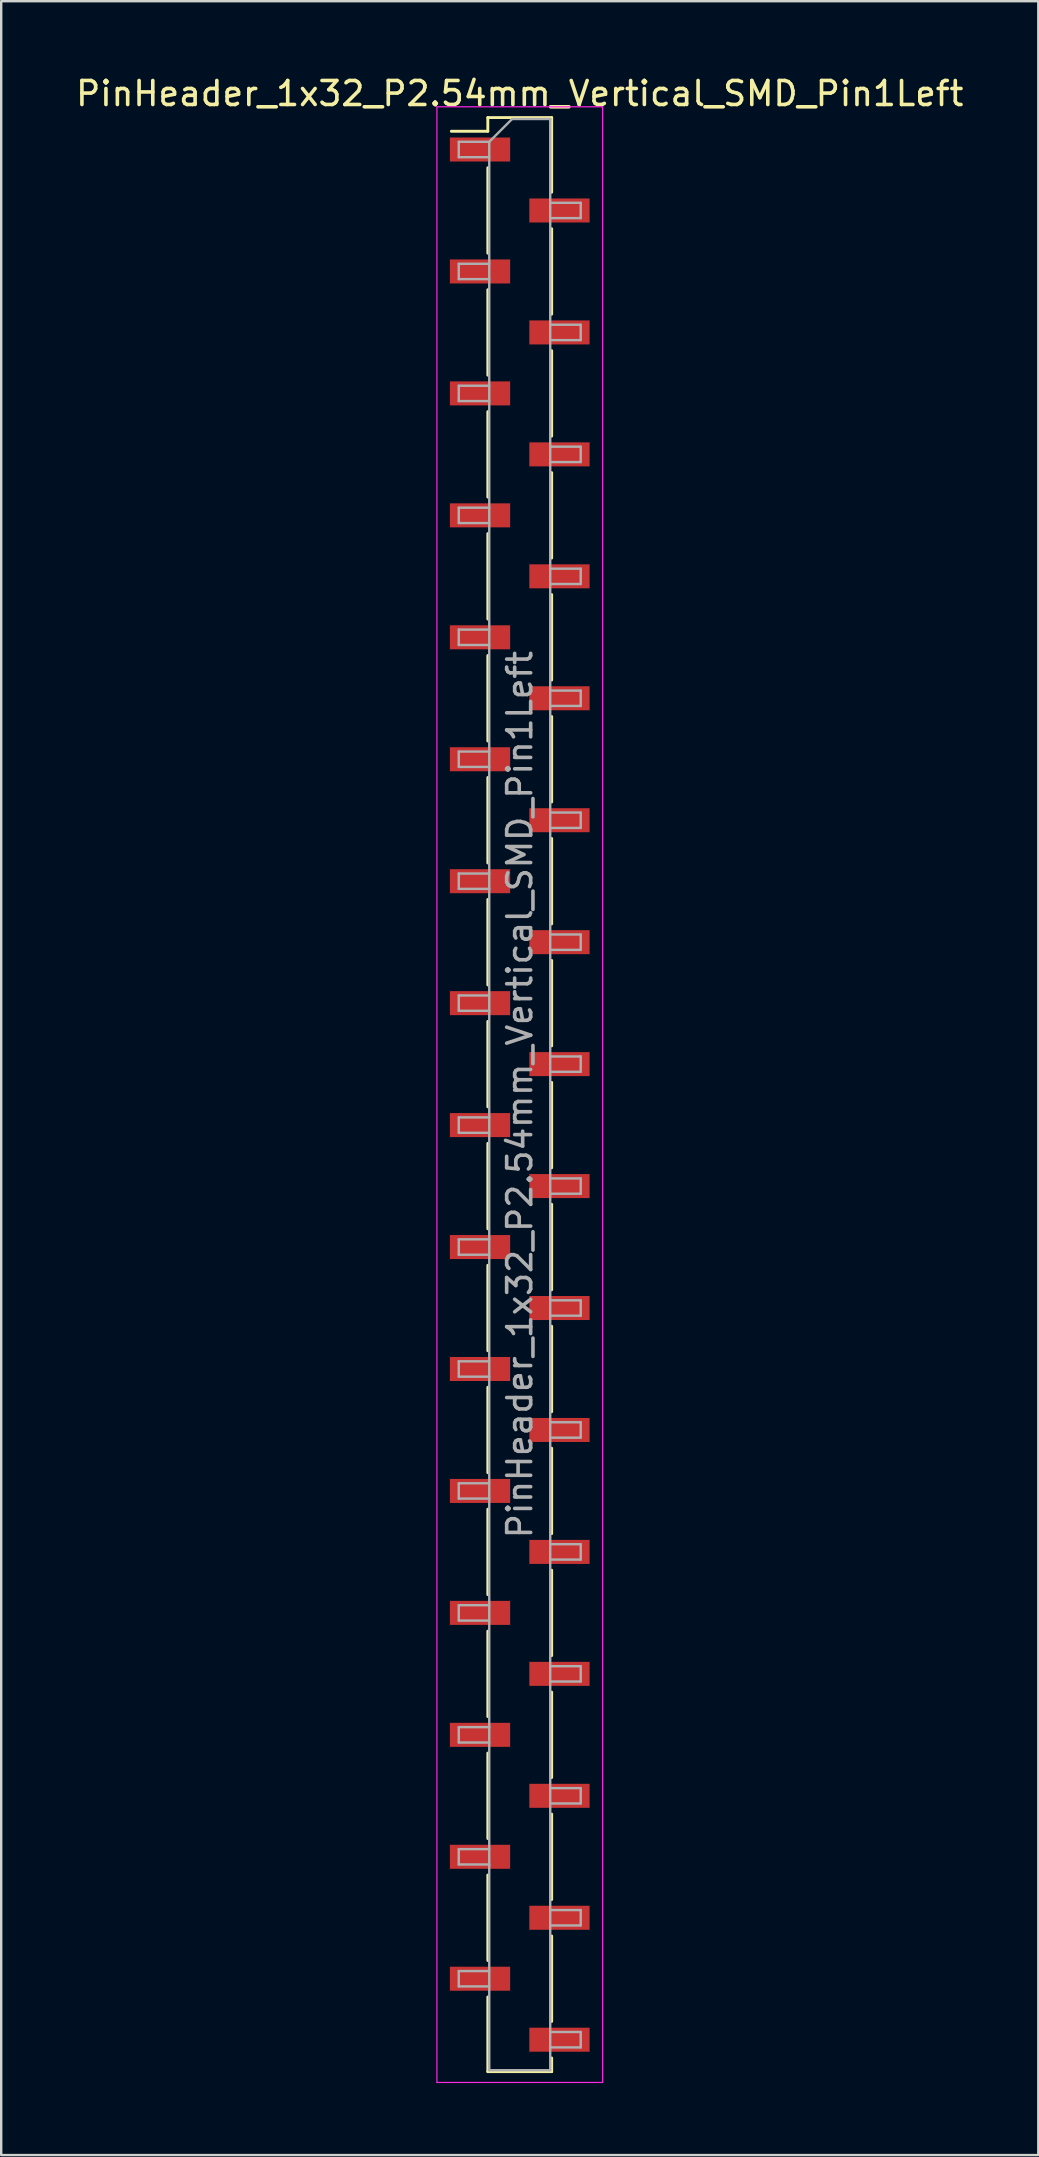
<source format=kicad_pcb>
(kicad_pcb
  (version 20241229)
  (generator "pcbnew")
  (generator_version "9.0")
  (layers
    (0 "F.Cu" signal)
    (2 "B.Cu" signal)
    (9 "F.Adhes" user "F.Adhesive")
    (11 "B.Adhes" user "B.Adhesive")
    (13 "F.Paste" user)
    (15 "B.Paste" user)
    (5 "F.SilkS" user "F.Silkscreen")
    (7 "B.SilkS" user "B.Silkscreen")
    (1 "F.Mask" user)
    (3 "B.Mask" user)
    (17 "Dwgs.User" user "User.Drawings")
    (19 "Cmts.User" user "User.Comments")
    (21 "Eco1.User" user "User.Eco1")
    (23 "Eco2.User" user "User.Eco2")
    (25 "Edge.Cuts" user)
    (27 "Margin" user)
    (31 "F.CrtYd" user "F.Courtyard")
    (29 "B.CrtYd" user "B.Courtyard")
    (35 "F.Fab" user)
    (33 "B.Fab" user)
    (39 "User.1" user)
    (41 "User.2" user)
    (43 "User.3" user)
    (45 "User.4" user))
  (footprint "PinHeader_1x32_P2.54mm_Vertical_SMD_Pin1Left"
    (layer "F.Cu")
    (at 18.601 42.548)
    (property "Reference" "PinHeader_1x32_P2.54mm_Vertical_SMD_Pin1Left" (at 0 -41.7 0) (layer "F.SilkS") (effects (font (size 1 1) (thickness 0.15))))
    (attr smd)
    (fp_line (start -1.33 -40.7) (end -1.33 -40.13) (stroke (width 0.12) (type solid)) (layer "F.SilkS"))
    (fp_line (start -1.33 -40.7) (end 1.33 -40.7) (stroke (width 0.12) (type solid)) (layer "F.SilkS"))
    (fp_line (start -1.33 -40.13) (end -2.85 -40.13) (stroke (width 0.12) (type solid)) (layer "F.SilkS"))
    (fp_line (start -1.33 -38.61) (end -1.33 -35.05) (stroke (width 0.12) (type solid)) (layer "F.SilkS"))
    (fp_line (start -1.33 -33.53) (end -1.33 -29.97) (stroke (width 0.12) (type solid)) (layer "F.SilkS"))
    (fp_line (start -1.33 -28.45) (end -1.33 -24.89) (stroke (width 0.12) (type solid)) (layer "F.SilkS"))
    (fp_line (start -1.33 -23.37) (end -1.33 -19.81) (stroke (width 0.12) (type solid)) (layer "F.SilkS"))
    (fp_line (start -1.33 -18.29) (end -1.33 -14.73) (stroke (width 0.12) (type solid)) (layer "F.SilkS"))
    (fp_line (start -1.33 -13.21) (end -1.33 -9.65) (stroke (width 0.12) (type solid)) (layer "F.SilkS"))
    (fp_line (start -1.33 -8.13) (end -1.33 -4.57) (stroke (width 0.12) (type solid)) (layer "F.SilkS"))
    (fp_line (start -1.33 -3.05) (end -1.33 0.51) (stroke (width 0.12) (type solid)) (layer "F.SilkS"))
    (fp_line (start -1.33 2.03) (end -1.33 5.59) (stroke (width 0.12) (type solid)) (layer "F.SilkS"))
    (fp_line (start -1.33 7.11) (end -1.33 10.67) (stroke (width 0.12) (type solid)) (layer "F.SilkS"))
    (fp_line (start -1.33 12.19) (end -1.33 15.75) (stroke (width 0.12) (type solid)) (layer "F.SilkS"))
    (fp_line (start -1.33 17.27) (end -1.33 20.83) (stroke (width 0.12) (type solid)) (layer "F.SilkS"))
    (fp_line (start -1.33 22.35) (end -1.33 25.91) (stroke (width 0.12) (type solid)) (layer "F.SilkS"))
    (fp_line (start -1.33 27.43) (end -1.33 30.99) (stroke (width 0.12) (type solid)) (layer "F.SilkS"))
    (fp_line (start -1.33 32.51) (end -1.33 36.07) (stroke (width 0.12) (type solid)) (layer "F.SilkS"))
    (fp_line (start -1.33 37.59) (end -1.33 40.7) (stroke (width 0.12) (type solid)) (layer "F.SilkS"))
    (fp_line (start -1.33 40.7) (end 1.33 40.7) (stroke (width 0.12) (type solid)) (layer "F.SilkS"))
    (fp_line (start 1.33 -40.7) (end 1.33 -37.59) (stroke (width 0.12) (type solid)) (layer "F.SilkS"))
    (fp_line (start 1.33 -36.07) (end 1.33 -32.51) (stroke (width 0.12) (type solid)) (layer "F.SilkS"))
    (fp_line (start 1.33 -30.99) (end 1.33 -27.43) (stroke (width 0.12) (type solid)) (layer "F.SilkS"))
    (fp_line (start 1.33 -25.91) (end 1.33 -22.35) (stroke (width 0.12) (type solid)) (layer "F.SilkS"))
    (fp_line (start 1.33 -20.83) (end 1.33 -17.27) (stroke (width 0.12) (type solid)) (layer "F.SilkS"))
    (fp_line (start 1.33 -15.75) (end 1.33 -12.19) (stroke (width 0.12) (type solid)) (layer "F.SilkS"))
    (fp_line (start 1.33 -10.67) (end 1.33 -7.11) (stroke (width 0.12) (type solid)) (layer "F.SilkS"))
    (fp_line (start 1.33 -5.59) (end 1.33 -2.03) (stroke (width 0.12) (type solid)) (layer "F.SilkS"))
    (fp_line (start 1.33 -0.51) (end 1.33 3.05) (stroke (width 0.12) (type solid)) (layer "F.SilkS"))
    (fp_line (start 1.33 4.57) (end 1.33 8.13) (stroke (width 0.12) (type solid)) (layer "F.SilkS"))
    (fp_line (start 1.33 9.65) (end 1.33 13.21) (stroke (width 0.12) (type solid)) (layer "F.SilkS"))
    (fp_line (start 1.33 14.73) (end 1.33 18.29) (stroke (width 0.12) (type solid)) (layer "F.SilkS"))
    (fp_line (start 1.33 19.81) (end 1.33 23.37) (stroke (width 0.12) (type solid)) (layer "F.SilkS"))
    (fp_line (start 1.33 24.89) (end 1.33 28.45) (stroke (width 0.12) (type solid)) (layer "F.SilkS"))
    (fp_line (start 1.33 29.97) (end 1.33 33.53) (stroke (width 0.12) (type solid)) (layer "F.SilkS"))
    (fp_line (start 1.33 35.05) (end 1.33 38.61) (stroke (width 0.12) (type solid)) (layer "F.SilkS"))
    (fp_line (start 1.33 40.13) (end 1.33 40.7) (stroke (width 0.12) (type solid)) (layer "F.SilkS"))
    (fp_line (start -3.45 -41.15) (end -3.45 41.15) (stroke (width 0.05) (type solid)) (layer "F.CrtYd"))
    (fp_line (start -3.45 41.15) (end 3.45 41.15) (stroke (width 0.05) (type solid)) (layer "F.CrtYd"))
    (fp_line (start 3.45 -41.15) (end -3.45 -41.15) (stroke (width 0.05) (type solid)) (layer "F.CrtYd"))
    (fp_line (start 3.45 41.15) (end 3.45 -41.15) (stroke (width 0.05) (type solid)) (layer "F.CrtYd"))
    (fp_line (start -2.54 -39.69) (end -2.54 -39.05) (stroke (width 0.1) (type solid)) (layer "F.Fab"))
    (fp_line (start -2.54 -39.05) (end -1.27 -39.05) (stroke (width 0.1) (type solid)) (layer "F.Fab"))
    (fp_line (start -2.54 -34.61) (end -2.54 -33.97) (stroke (width 0.1) (type solid)) (layer "F.Fab"))
    (fp_line (start -2.54 -33.97) (end -1.27 -33.97) (stroke (width 0.1) (type solid)) (layer "F.Fab"))
    (fp_line (start -2.54 -29.53) (end -2.54 -28.89) (stroke (width 0.1) (type solid)) (layer "F.Fab"))
    (fp_line (start -2.54 -28.89) (end -1.27 -28.89) (stroke (width 0.1) (type solid)) (layer "F.Fab"))
    (fp_line (start -2.54 -24.45) (end -2.54 -23.81) (stroke (width 0.1) (type solid)) (layer "F.Fab"))
    (fp_line (start -2.54 -23.81) (end -1.27 -23.81) (stroke (width 0.1) (type solid)) (layer "F.Fab"))
    (fp_line (start -2.54 -19.37) (end -2.54 -18.73) (stroke (width 0.1) (type solid)) (layer "F.Fab"))
    (fp_line (start -2.54 -18.73) (end -1.27 -18.73) (stroke (width 0.1) (type solid)) (layer "F.Fab"))
    (fp_line (start -2.54 -14.29) (end -2.54 -13.65) (stroke (width 0.1) (type solid)) (layer "F.Fab"))
    (fp_line (start -2.54 -13.65) (end -1.27 -13.65) (stroke (width 0.1) (type solid)) (layer "F.Fab"))
    (fp_line (start -2.54 -9.21) (end -2.54 -8.57) (stroke (width 0.1) (type solid)) (layer "F.Fab"))
    (fp_line (start -2.54 -8.57) (end -1.27 -8.57) (stroke (width 0.1) (type solid)) (layer "F.Fab"))
    (fp_line (start -2.54 -4.13) (end -2.54 -3.49) (stroke (width 0.1) (type solid)) (layer "F.Fab"))
    (fp_line (start -2.54 -3.49) (end -1.27 -3.49) (stroke (width 0.1) (type solid)) (layer "F.Fab"))
    (fp_line (start -2.54 0.95) (end -2.54 1.59) (stroke (width 0.1) (type solid)) (layer "F.Fab"))
    (fp_line (start -2.54 1.59) (end -1.27 1.59) (stroke (width 0.1) (type solid)) (layer "F.Fab"))
    (fp_line (start -2.54 6.03) (end -2.54 6.67) (stroke (width 0.1) (type solid)) (layer "F.Fab"))
    (fp_line (start -2.54 6.67) (end -1.27 6.67) (stroke (width 0.1) (type solid)) (layer "F.Fab"))
    (fp_line (start -2.54 11.11) (end -2.54 11.75) (stroke (width 0.1) (type solid)) (layer "F.Fab"))
    (fp_line (start -2.54 11.75) (end -1.27 11.75) (stroke (width 0.1) (type solid)) (layer "F.Fab"))
    (fp_line (start -2.54 16.19) (end -2.54 16.83) (stroke (width 0.1) (type solid)) (layer "F.Fab"))
    (fp_line (start -2.54 16.83) (end -1.27 16.83) (stroke (width 0.1) (type solid)) (layer "F.Fab"))
    (fp_line (start -2.54 21.27) (end -2.54 21.91) (stroke (width 0.1) (type solid)) (layer "F.Fab"))
    (fp_line (start -2.54 21.91) (end -1.27 21.91) (stroke (width 0.1) (type solid)) (layer "F.Fab"))
    (fp_line (start -2.54 26.35) (end -2.54 26.99) (stroke (width 0.1) (type solid)) (layer "F.Fab"))
    (fp_line (start -2.54 26.99) (end -1.27 26.99) (stroke (width 0.1) (type solid)) (layer "F.Fab"))
    (fp_line (start -2.54 31.43) (end -2.54 32.07) (stroke (width 0.1) (type solid)) (layer "F.Fab"))
    (fp_line (start -2.54 32.07) (end -1.27 32.07) (stroke (width 0.1) (type solid)) (layer "F.Fab"))
    (fp_line (start -2.54 36.51) (end -2.54 37.15) (stroke (width 0.1) (type solid)) (layer "F.Fab"))
    (fp_line (start -2.54 37.15) (end -1.27 37.15) (stroke (width 0.1) (type solid)) (layer "F.Fab"))
    (fp_line (start -1.27 -39.69) (end -2.54 -39.69) (stroke (width 0.1) (type solid)) (layer "F.Fab"))
    (fp_line (start -1.27 -39.69) (end -0.32 -40.64) (stroke (width 0.1) (type solid)) (layer "F.Fab"))
    (fp_line (start -1.27 -34.61) (end -2.54 -34.61) (stroke (width 0.1) (type solid)) (layer "F.Fab"))
    (fp_line (start -1.27 -29.53) (end -2.54 -29.53) (stroke (width 0.1) (type solid)) (layer "F.Fab"))
    (fp_line (start -1.27 -24.45) (end -2.54 -24.45) (stroke (width 0.1) (type solid)) (layer "F.Fab"))
    (fp_line (start -1.27 -19.37) (end -2.54 -19.37) (stroke (width 0.1) (type solid)) (layer "F.Fab"))
    (fp_line (start -1.27 -14.29) (end -2.54 -14.29) (stroke (width 0.1) (type solid)) (layer "F.Fab"))
    (fp_line (start -1.27 -9.21) (end -2.54 -9.21) (stroke (width 0.1) (type solid)) (layer "F.Fab"))
    (fp_line (start -1.27 -4.13) (end -2.54 -4.13) (stroke (width 0.1) (type solid)) (layer "F.Fab"))
    (fp_line (start -1.27 0.95) (end -2.54 0.95) (stroke (width 0.1) (type solid)) (layer "F.Fab"))
    (fp_line (start -1.27 6.03) (end -2.54 6.03) (stroke (width 0.1) (type solid)) (layer "F.Fab"))
    (fp_line (start -1.27 11.11) (end -2.54 11.11) (stroke (width 0.1) (type solid)) (layer "F.Fab"))
    (fp_line (start -1.27 16.19) (end -2.54 16.19) (stroke (width 0.1) (type solid)) (layer "F.Fab"))
    (fp_line (start -1.27 21.27) (end -2.54 21.27) (stroke (width 0.1) (type solid)) (layer "F.Fab"))
    (fp_line (start -1.27 26.35) (end -2.54 26.35) (stroke (width 0.1) (type solid)) (layer "F.Fab"))
    (fp_line (start -1.27 31.43) (end -2.54 31.43) (stroke (width 0.1) (type solid)) (layer "F.Fab"))
    (fp_line (start -1.27 36.51) (end -2.54 36.51) (stroke (width 0.1) (type solid)) (layer "F.Fab"))
    (fp_line (start -1.27 40.64) (end -1.27 -39.69) (stroke (width 0.1) (type solid)) (layer "F.Fab"))
    (fp_line (start -0.32 -40.64) (end 1.27 -40.64) (stroke (width 0.1) (type solid)) (layer "F.Fab"))
    (fp_line (start 1.27 -40.64) (end 1.27 40.64) (stroke (width 0.1) (type solid)) (layer "F.Fab"))
    (fp_line (start 1.27 -37.15) (end 2.54 -37.15) (stroke (width 0.1) (type solid)) (layer "F.Fab"))
    (fp_line (start 1.27 -32.07) (end 2.54 -32.07) (stroke (width 0.1) (type solid)) (layer "F.Fab"))
    (fp_line (start 1.27 -26.99) (end 2.54 -26.99) (stroke (width 0.1) (type solid)) (layer "F.Fab"))
    (fp_line (start 1.27 -21.91) (end 2.54 -21.91) (stroke (width 0.1) (type solid)) (layer "F.Fab"))
    (fp_line (start 1.27 -16.83) (end 2.54 -16.83) (stroke (width 0.1) (type solid)) (layer "F.Fab"))
    (fp_line (start 1.27 -11.75) (end 2.54 -11.75) (stroke (width 0.1) (type solid)) (layer "F.Fab"))
    (fp_line (start 1.27 -6.67) (end 2.54 -6.67) (stroke (width 0.1) (type solid)) (layer "F.Fab"))
    (fp_line (start 1.27 -1.59) (end 2.54 -1.59) (stroke (width 0.1) (type solid)) (layer "F.Fab"))
    (fp_line (start 1.27 3.49) (end 2.54 3.49) (stroke (width 0.1) (type solid)) (layer "F.Fab"))
    (fp_line (start 1.27 8.57) (end 2.54 8.57) (stroke (width 0.1) (type solid)) (layer "F.Fab"))
    (fp_line (start 1.27 13.65) (end 2.54 13.65) (stroke (width 0.1) (type solid)) (layer "F.Fab"))
    (fp_line (start 1.27 18.73) (end 2.54 18.73) (stroke (width 0.1) (type solid)) (layer "F.Fab"))
    (fp_line (start 1.27 23.81) (end 2.54 23.81) (stroke (width 0.1) (type solid)) (layer "F.Fab"))
    (fp_line (start 1.27 28.89) (end 2.54 28.89) (stroke (width 0.1) (type solid)) (layer "F.Fab"))
    (fp_line (start 1.27 33.97) (end 2.54 33.97) (stroke (width 0.1) (type solid)) (layer "F.Fab"))
    (fp_line (start 1.27 39.05) (end 2.54 39.05) (stroke (width 0.1) (type solid)) (layer "F.Fab"))
    (fp_line (start 1.27 40.64) (end -1.27 40.64) (stroke (width 0.1) (type solid)) (layer "F.Fab"))
    (fp_line (start 2.54 -37.15) (end 2.54 -36.51) (stroke (width 0.1) (type solid)) (layer "F.Fab"))
    (fp_line (start 2.54 -36.51) (end 1.27 -36.51) (stroke (width 0.1) (type solid)) (layer "F.Fab"))
    (fp_line (start 2.54 -32.07) (end 2.54 -31.43) (stroke (width 0.1) (type solid)) (layer "F.Fab"))
    (fp_line (start 2.54 -31.43) (end 1.27 -31.43) (stroke (width 0.1) (type solid)) (layer "F.Fab"))
    (fp_line (start 2.54 -26.99) (end 2.54 -26.35) (stroke (width 0.1) (type solid)) (layer "F.Fab"))
    (fp_line (start 2.54 -26.35) (end 1.27 -26.35) (stroke (width 0.1) (type solid)) (layer "F.Fab"))
    (fp_line (start 2.54 -21.91) (end 2.54 -21.27) (stroke (width 0.1) (type solid)) (layer "F.Fab"))
    (fp_line (start 2.54 -21.27) (end 1.27 -21.27) (stroke (width 0.1) (type solid)) (layer "F.Fab"))
    (fp_line (start 2.54 -16.83) (end 2.54 -16.19) (stroke (width 0.1) (type solid)) (layer "F.Fab"))
    (fp_line (start 2.54 -16.19) (end 1.27 -16.19) (stroke (width 0.1) (type solid)) (layer "F.Fab"))
    (fp_line (start 2.54 -11.75) (end 2.54 -11.11) (stroke (width 0.1) (type solid)) (layer "F.Fab"))
    (fp_line (start 2.54 -11.11) (end 1.27 -11.11) (stroke (width 0.1) (type solid)) (layer "F.Fab"))
    (fp_line (start 2.54 -6.67) (end 2.54 -6.03) (stroke (width 0.1) (type solid)) (layer "F.Fab"))
    (fp_line (start 2.54 -6.03) (end 1.27 -6.03) (stroke (width 0.1) (type solid)) (layer "F.Fab"))
    (fp_line (start 2.54 -1.59) (end 2.54 -0.95) (stroke (width 0.1) (type solid)) (layer "F.Fab"))
    (fp_line (start 2.54 -0.95) (end 1.27 -0.95) (stroke (width 0.1) (type solid)) (layer "F.Fab"))
    (fp_line (start 2.54 3.49) (end 2.54 4.13) (stroke (width 0.1) (type solid)) (layer "F.Fab"))
    (fp_line (start 2.54 4.13) (end 1.27 4.13) (stroke (width 0.1) (type solid)) (layer "F.Fab"))
    (fp_line (start 2.54 8.57) (end 2.54 9.21) (stroke (width 0.1) (type solid)) (layer "F.Fab"))
    (fp_line (start 2.54 9.21) (end 1.27 9.21) (stroke (width 0.1) (type solid)) (layer "F.Fab"))
    (fp_line (start 2.54 13.65) (end 2.54 14.29) (stroke (width 0.1) (type solid)) (layer "F.Fab"))
    (fp_line (start 2.54 14.29) (end 1.27 14.29) (stroke (width 0.1) (type solid)) (layer "F.Fab"))
    (fp_line (start 2.54 18.73) (end 2.54 19.37) (stroke (width 0.1) (type solid)) (layer "F.Fab"))
    (fp_line (start 2.54 19.37) (end 1.27 19.37) (stroke (width 0.1) (type solid)) (layer "F.Fab"))
    (fp_line (start 2.54 23.81) (end 2.54 24.45) (stroke (width 0.1) (type solid)) (layer "F.Fab"))
    (fp_line (start 2.54 24.45) (end 1.27 24.45) (stroke (width 0.1) (type solid)) (layer "F.Fab"))
    (fp_line (start 2.54 28.89) (end 2.54 29.53) (stroke (width 0.1) (type solid)) (layer "F.Fab"))
    (fp_line (start 2.54 29.53) (end 1.27 29.53) (stroke (width 0.1) (type solid)) (layer "F.Fab"))
    (fp_line (start 2.54 33.97) (end 2.54 34.61) (stroke (width 0.1) (type solid)) (layer "F.Fab"))
    (fp_line (start 2.54 34.61) (end 1.27 34.61) (stroke (width 0.1) (type solid)) (layer "F.Fab"))
    (fp_line (start 2.54 39.05) (end 2.54 39.69) (stroke (width 0.1) (type solid)) (layer "F.Fab"))
    (fp_line (start 2.54 39.69) (end 1.27 39.69) (stroke (width 0.1) (type solid)) (layer "F.Fab"))
    (fp_text user "${REFERENCE}" (at 0 0 90) (layer "F.Fab") (effects (font (size 1 1) (thickness 0.15))))
    (pad "1" smd rect (at -1.655 -39.37) (size 2.51 1) (layers "F.Cu" "F.Mask" "F.Paste"))
    (pad "2" smd rect (at 1.655 -36.83) (size 2.51 1) (layers "F.Cu" "F.Mask" "F.Paste"))
    (pad "3" smd rect (at -1.655 -34.29) (size 2.51 1) (layers "F.Cu" "F.Mask" "F.Paste"))
    (pad "4" smd rect (at 1.655 -31.75) (size 2.51 1) (layers "F.Cu" "F.Mask" "F.Paste"))
    (pad "5" smd rect (at -1.655 -29.21) (size 2.51 1) (layers "F.Cu" "F.Mask" "F.Paste"))
    (pad "6" smd rect (at 1.655 -26.67) (size 2.51 1) (layers "F.Cu" "F.Mask" "F.Paste"))
    (pad "7" smd rect (at -1.655 -24.13) (size 2.51 1) (layers "F.Cu" "F.Mask" "F.Paste"))
    (pad "8" smd rect (at 1.655 -21.59) (size 2.51 1) (layers "F.Cu" "F.Mask" "F.Paste"))
    (pad "9" smd rect (at -1.655 -19.05) (size 2.51 1) (layers "F.Cu" "F.Mask" "F.Paste"))
    (pad "10" smd rect (at 1.655 -16.51) (size 2.51 1) (layers "F.Cu" "F.Mask" "F.Paste"))
    (pad "11" smd rect (at -1.655 -13.97) (size 2.51 1) (layers "F.Cu" "F.Mask" "F.Paste"))
    (pad "12" smd rect (at 1.655 -11.43) (size 2.51 1) (layers "F.Cu" "F.Mask" "F.Paste"))
    (pad "13" smd rect (at -1.655 -8.89) (size 2.51 1) (layers "F.Cu" "F.Mask" "F.Paste"))
    (pad "14" smd rect (at 1.655 -6.35) (size 2.51 1) (layers "F.Cu" "F.Mask" "F.Paste"))
    (pad "15" smd rect (at -1.655 -3.81) (size 2.51 1) (layers "F.Cu" "F.Mask" "F.Paste"))
    (pad "16" smd rect (at 1.655 -1.27) (size 2.51 1) (layers "F.Cu" "F.Mask" "F.Paste"))
    (pad "17" smd rect (at -1.655 1.27) (size 2.51 1) (layers "F.Cu" "F.Mask" "F.Paste"))
    (pad "18" smd rect (at 1.655 3.81) (size 2.51 1) (layers "F.Cu" "F.Mask" "F.Paste"))
    (pad "19" smd rect (at -1.655 6.35) (size 2.51 1) (layers "F.Cu" "F.Mask" "F.Paste"))
    (pad "20" smd rect (at 1.655 8.89) (size 2.51 1) (layers "F.Cu" "F.Mask" "F.Paste"))
    (pad "21" smd rect (at -1.655 11.43) (size 2.51 1) (layers "F.Cu" "F.Mask" "F.Paste"))
    (pad "22" smd rect (at 1.655 13.97) (size 2.51 1) (layers "F.Cu" "F.Mask" "F.Paste"))
    (pad "23" smd rect (at -1.655 16.51) (size 2.51 1) (layers "F.Cu" "F.Mask" "F.Paste"))
    (pad "24" smd rect (at 1.655 19.05) (size 2.51 1) (layers "F.Cu" "F.Mask" "F.Paste"))
    (pad "25" smd rect (at -1.655 21.59) (size 2.51 1) (layers "F.Cu" "F.Mask" "F.Paste"))
    (pad "26" smd rect (at 1.655 24.13) (size 2.51 1) (layers "F.Cu" "F.Mask" "F.Paste"))
    (pad "27" smd rect (at -1.655 26.67) (size 2.51 1) (layers "F.Cu" "F.Mask" "F.Paste"))
    (pad "28" smd rect (at 1.655 29.21) (size 2.51 1) (layers "F.Cu" "F.Mask" "F.Paste"))
    (pad "29" smd rect (at -1.655 31.75) (size 2.51 1) (layers "F.Cu" "F.Mask" "F.Paste"))
    (pad "30" smd rect (at 1.655 34.29) (size 2.51 1) (layers "F.Cu" "F.Mask" "F.Paste"))
    (pad "31" smd rect (at -1.655 36.83) (size 2.51 1) (layers "F.Cu" "F.Mask" "F.Paste"))
    (pad "32" smd rect (at 1.655 39.37) (size 2.51 1) (layers "F.Cu" "F.Mask" "F.Paste")))
  (gr_rect
    (start -3 -3)
    (end 40.202 86.723)
    (stroke (width 0.1) (type default))
    (fill no)
    (layer "Edge.Cuts")))
</source>
